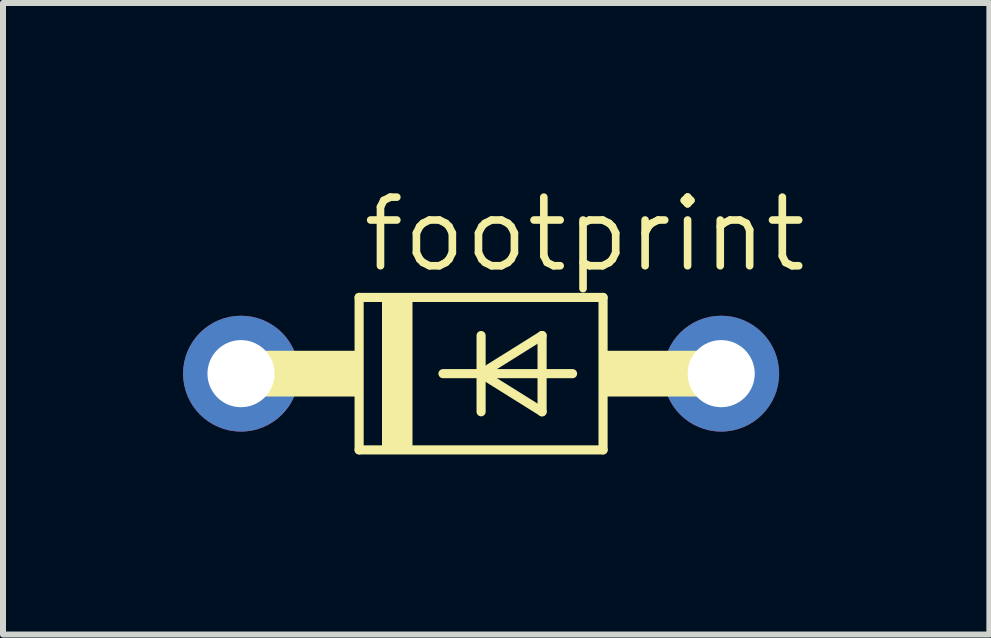
<source format=kicad_pcb>
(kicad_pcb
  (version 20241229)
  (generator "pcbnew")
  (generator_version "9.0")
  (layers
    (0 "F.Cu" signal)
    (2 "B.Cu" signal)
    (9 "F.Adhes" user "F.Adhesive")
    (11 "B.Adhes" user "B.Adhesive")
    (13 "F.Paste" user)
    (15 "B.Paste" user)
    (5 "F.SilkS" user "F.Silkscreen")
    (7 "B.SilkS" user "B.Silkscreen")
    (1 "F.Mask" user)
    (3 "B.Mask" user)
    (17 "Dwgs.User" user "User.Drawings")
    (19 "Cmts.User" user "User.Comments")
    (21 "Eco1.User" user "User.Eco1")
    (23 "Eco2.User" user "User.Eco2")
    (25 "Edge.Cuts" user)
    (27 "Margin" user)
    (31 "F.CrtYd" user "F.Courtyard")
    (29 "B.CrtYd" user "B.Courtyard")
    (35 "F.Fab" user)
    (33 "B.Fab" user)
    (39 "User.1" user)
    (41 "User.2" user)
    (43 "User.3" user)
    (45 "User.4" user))
  (footprint "footprint"
    (layer "F.Cu")
    (at 4.965 3.175)
    (property "Reference" "footprint" (at -2.032 -1.651 0) (layer "F.SilkS") (effects (font (size 1.143 1.143) (thickness 0.127)) (justify left bottom)))
    (fp_line (start -2.032 -1.27) (end -2.032 1.27) (stroke (width 0.152) (type solid)) (layer "F.SilkS"))
    (fp_line (start -2.032 -1.27) (end 2.032 -1.27) (stroke (width 0.152) (type solid)) (layer "F.SilkS"))
    (fp_line (start -0.635 0) (end 0 0) (stroke (width 0.152) (type solid)) (layer "F.SilkS"))
    (fp_line (start 0 -0.635) (end 0 0) (stroke (width 0.152) (type solid)) (layer "F.SilkS"))
    (fp_line (start 0 0) (end 0 0.635) (stroke (width 0.152) (type solid)) (layer "F.SilkS"))
    (fp_line (start 0 0) (end 1.016 -0.635) (stroke (width 0.152) (type solid)) (layer "F.SilkS"))
    (fp_line (start 0 0) (end 1.524 0) (stroke (width 0.152) (type solid)) (layer "F.SilkS"))
    (fp_line (start 1.016 -0.635) (end 1.016 0.635) (stroke (width 0.152) (type solid)) (layer "F.SilkS"))
    (fp_line (start 1.016 0.635) (end 0 0) (stroke (width 0.152) (type solid)) (layer "F.SilkS"))
    (fp_line (start 2.032 1.27) (end -2.032 1.27) (stroke (width 0.152) (type solid)) (layer "F.SilkS"))
    (fp_line (start 2.032 1.27) (end 2.032 -1.27) (stroke (width 0.152) (type solid)) (layer "F.SilkS"))
    (fp_poly (pts (xy -3.937 0.381) (xy -2.032 0.381) (xy -2.032 -0.381) (xy -3.937 -0.381)) (stroke (width 0) (type solid)) (fill yes) (layer "F.SilkS"))
    (fp_poly (pts (xy -1.651 1.27) (xy -1.143 1.27) (xy -1.143 -1.27) (xy -1.651 -1.27)) (stroke (width 0) (type solid)) (fill yes) (layer "F.SilkS"))
    (fp_poly (pts (xy 2.032 0.381) (xy 3.937 0.381) (xy 3.937 -0.381) (xy 2.032 -0.381)) (stroke (width 0) (type solid)) (fill yes) (layer "F.SilkS"))
    (pad "A" thru_hole circle (at 4 0) (size 1.93 1.93) (drill 1.118) (layers "*.Cu" "*.Mask"))
    (pad "C" thru_hole circle (at -4 0) (size 1.93 1.93) (drill 1.118) (layers "*.Cu" "*.Mask")))
  (gr_rect
    (start -3 -3)
    (end 13.433 7.521)
    (stroke (width 0.1) (type default))
    (fill no)
    (layer "Edge.Cuts")))
</source>
